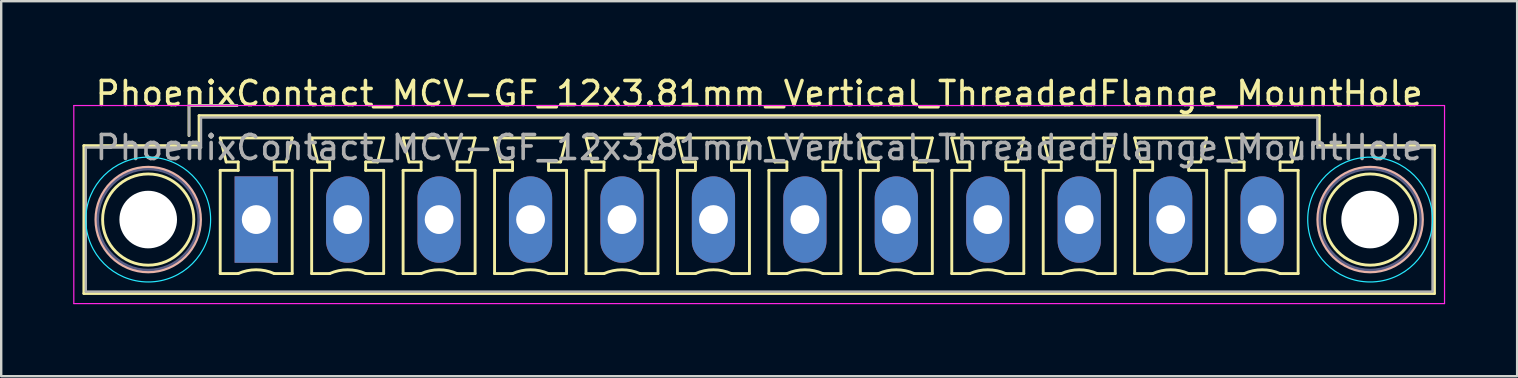
<source format=kicad_pcb>
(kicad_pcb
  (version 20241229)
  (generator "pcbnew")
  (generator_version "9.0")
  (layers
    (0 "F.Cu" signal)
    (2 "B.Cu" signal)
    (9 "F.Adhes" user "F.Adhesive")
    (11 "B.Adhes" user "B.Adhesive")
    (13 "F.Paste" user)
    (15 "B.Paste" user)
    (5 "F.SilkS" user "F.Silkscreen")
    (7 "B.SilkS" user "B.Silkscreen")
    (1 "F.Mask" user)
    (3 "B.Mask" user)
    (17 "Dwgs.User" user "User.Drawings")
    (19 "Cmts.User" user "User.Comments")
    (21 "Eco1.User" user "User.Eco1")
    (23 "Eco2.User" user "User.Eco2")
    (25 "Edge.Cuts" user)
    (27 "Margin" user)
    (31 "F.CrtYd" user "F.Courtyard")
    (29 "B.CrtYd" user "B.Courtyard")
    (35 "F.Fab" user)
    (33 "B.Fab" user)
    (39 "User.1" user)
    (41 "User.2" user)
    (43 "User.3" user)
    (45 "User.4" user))
  (footprint "PhoenixContact_MCV-GF_12x3.81mm_Vertical_ThreadedFlange_MountHole"
    (layer "F.Cu")
    (at 7.625 6.098)
    (property "Reference" "PhoenixContact_MCV-GF_12x3.81mm_Vertical_ThreadedFlange_MountHole" (at 20.955 -5.25 0) (layer "F.SilkS") (effects (font (size 1 1) (thickness 0.15))))
    (attr through_hole)
    (fp_line (start -7.18 -3.08) (end -7.18 3.08) (stroke (width 0.12) (type solid)) (layer "F.SilkS"))
    (fp_line (start -7.18 3.08) (end 49.09 3.08) (stroke (width 0.12) (type solid)) (layer "F.SilkS"))
    (fp_line (start -2.8 -4.75) (end -0.8 -4.75) (stroke (width 0.12) (type solid)) (layer "F.SilkS"))
    (fp_line (start -2.8 -3.5) (end -2.8 -4.75) (stroke (width 0.12) (type solid)) (layer "F.SilkS"))
    (fp_line (start -2.38 -4.33) (end -2.38 -3.08) (stroke (width 0.12) (type solid)) (layer "F.SilkS"))
    (fp_line (start -2.38 -3.08) (end -7.18 -3.08) (stroke (width 0.12) (type solid)) (layer "F.SilkS"))
    (fp_line (start -1.5 -3.4) (end 1.5 -3.4) (stroke (width 0.12) (type solid)) (layer "F.SilkS"))
    (fp_line (start -1.5 -2.05) (end -0.75 -2.05) (stroke (width 0.12) (type solid)) (layer "F.SilkS"))
    (fp_line (start -1.5 2.25) (end -1.5 -2.05) (stroke (width 0.12) (type solid)) (layer "F.SilkS"))
    (fp_line (start -1.25 -2.4) (end -1.5 -3.4) (stroke (width 0.12) (type solid)) (layer "F.SilkS"))
    (fp_line (start -0.75 -2.4) (end -1.25 -2.4) (stroke (width 0.12) (type solid)) (layer "F.SilkS"))
    (fp_line (start -0.75 -2.05) (end -0.75 -2.4) (stroke (width 0.12) (type solid)) (layer "F.SilkS"))
    (fp_line (start -0.75 2.25) (end -1.5 2.25) (stroke (width 0.12) (type solid)) (layer "F.SilkS"))
    (fp_line (start 0.75 -2.4) (end 0.75 -2.05) (stroke (width 0.12) (type solid)) (layer "F.SilkS"))
    (fp_line (start 0.75 -2.05) (end 1.5 -2.05) (stroke (width 0.12) (type solid)) (layer "F.SilkS"))
    (fp_line (start 1.25 -2.4) (end 0.75 -2.4) (stroke (width 0.12) (type solid)) (layer "F.SilkS"))
    (fp_line (start 1.5 -3.4) (end 1.25 -2.4) (stroke (width 0.12) (type solid)) (layer "F.SilkS"))
    (fp_line (start 1.5 -2.05) (end 1.5 2.25) (stroke (width 0.12) (type solid)) (layer "F.SilkS"))
    (fp_line (start 1.5 2.25) (end 0.75 2.25) (stroke (width 0.12) (type solid)) (layer "F.SilkS"))
    (fp_line (start 2.31 -3.4) (end 5.31 -3.4) (stroke (width 0.12) (type solid)) (layer "F.SilkS"))
    (fp_line (start 2.31 -2.05) (end 3.06 -2.05) (stroke (width 0.12) (type solid)) (layer "F.SilkS"))
    (fp_line (start 2.31 2.25) (end 2.31 -2.05) (stroke (width 0.12) (type solid)) (layer "F.SilkS"))
    (fp_line (start 2.56 -2.4) (end 2.31 -3.4) (stroke (width 0.12) (type solid)) (layer "F.SilkS"))
    (fp_line (start 3.06 -2.4) (end 2.56 -2.4) (stroke (width 0.12) (type solid)) (layer "F.SilkS"))
    (fp_line (start 3.06 -2.05) (end 3.06 -2.4) (stroke (width 0.12) (type solid)) (layer "F.SilkS"))
    (fp_line (start 3.06 2.25) (end 2.31 2.25) (stroke (width 0.12) (type solid)) (layer "F.SilkS"))
    (fp_line (start 4.56 -2.4) (end 4.56 -2.05) (stroke (width 0.12) (type solid)) (layer "F.SilkS"))
    (fp_line (start 4.56 -2.05) (end 5.31 -2.05) (stroke (width 0.12) (type solid)) (layer "F.SilkS"))
    (fp_line (start 5.06 -2.4) (end 4.56 -2.4) (stroke (width 0.12) (type solid)) (layer "F.SilkS"))
    (fp_line (start 5.31 -3.4) (end 5.06 -2.4) (stroke (width 0.12) (type solid)) (layer "F.SilkS"))
    (fp_line (start 5.31 -2.05) (end 5.31 2.25) (stroke (width 0.12) (type solid)) (layer "F.SilkS"))
    (fp_line (start 5.31 2.25) (end 4.56 2.25) (stroke (width 0.12) (type solid)) (layer "F.SilkS"))
    (fp_line (start 6.12 -3.4) (end 9.12 -3.4) (stroke (width 0.12) (type solid)) (layer "F.SilkS"))
    (fp_line (start 6.12 -2.05) (end 6.87 -2.05) (stroke (width 0.12) (type solid)) (layer "F.SilkS"))
    (fp_line (start 6.12 2.25) (end 6.12 -2.05) (stroke (width 0.12) (type solid)) (layer "F.SilkS"))
    (fp_line (start 6.37 -2.4) (end 6.12 -3.4) (stroke (width 0.12) (type solid)) (layer "F.SilkS"))
    (fp_line (start 6.87 -2.4) (end 6.37 -2.4) (stroke (width 0.12) (type solid)) (layer "F.SilkS"))
    (fp_line (start 6.87 -2.05) (end 6.87 -2.4) (stroke (width 0.12) (type solid)) (layer "F.SilkS"))
    (fp_line (start 6.87 2.25) (end 6.12 2.25) (stroke (width 0.12) (type solid)) (layer "F.SilkS"))
    (fp_line (start 8.37 -2.4) (end 8.37 -2.05) (stroke (width 0.12) (type solid)) (layer "F.SilkS"))
    (fp_line (start 8.37 -2.05) (end 9.12 -2.05) (stroke (width 0.12) (type solid)) (layer "F.SilkS"))
    (fp_line (start 8.87 -2.4) (end 8.37 -2.4) (stroke (width 0.12) (type solid)) (layer "F.SilkS"))
    (fp_line (start 9.12 -3.4) (end 8.87 -2.4) (stroke (width 0.12) (type solid)) (layer "F.SilkS"))
    (fp_line (start 9.12 -2.05) (end 9.12 2.25) (stroke (width 0.12) (type solid)) (layer "F.SilkS"))
    (fp_line (start 9.12 2.25) (end 8.37 2.25) (stroke (width 0.12) (type solid)) (layer "F.SilkS"))
    (fp_line (start 9.93 -3.4) (end 12.93 -3.4) (stroke (width 0.12) (type solid)) (layer "F.SilkS"))
    (fp_line (start 9.93 -2.05) (end 10.68 -2.05) (stroke (width 0.12) (type solid)) (layer "F.SilkS"))
    (fp_line (start 9.93 2.25) (end 9.93 -2.05) (stroke (width 0.12) (type solid)) (layer "F.SilkS"))
    (fp_line (start 10.18 -2.4) (end 9.93 -3.4) (stroke (width 0.12) (type solid)) (layer "F.SilkS"))
    (fp_line (start 10.68 -2.4) (end 10.18 -2.4) (stroke (width 0.12) (type solid)) (layer "F.SilkS"))
    (fp_line (start 10.68 -2.05) (end 10.68 -2.4) (stroke (width 0.12) (type solid)) (layer "F.SilkS"))
    (fp_line (start 10.68 2.25) (end 9.93 2.25) (stroke (width 0.12) (type solid)) (layer "F.SilkS"))
    (fp_line (start 12.18 -2.4) (end 12.18 -2.05) (stroke (width 0.12) (type solid)) (layer "F.SilkS"))
    (fp_line (start 12.18 -2.05) (end 12.93 -2.05) (stroke (width 0.12) (type solid)) (layer "F.SilkS"))
    (fp_line (start 12.68 -2.4) (end 12.18 -2.4) (stroke (width 0.12) (type solid)) (layer "F.SilkS"))
    (fp_line (start 12.93 -3.4) (end 12.68 -2.4) (stroke (width 0.12) (type solid)) (layer "F.SilkS"))
    (fp_line (start 12.93 -2.05) (end 12.93 2.25) (stroke (width 0.12) (type solid)) (layer "F.SilkS"))
    (fp_line (start 12.93 2.25) (end 12.18 2.25) (stroke (width 0.12) (type solid)) (layer "F.SilkS"))
    (fp_line (start 13.74 -3.4) (end 16.74 -3.4) (stroke (width 0.12) (type solid)) (layer "F.SilkS"))
    (fp_line (start 13.74 -2.05) (end 14.49 -2.05) (stroke (width 0.12) (type solid)) (layer "F.SilkS"))
    (fp_line (start 13.74 2.25) (end 13.74 -2.05) (stroke (width 0.12) (type solid)) (layer "F.SilkS"))
    (fp_line (start 13.99 -2.4) (end 13.74 -3.4) (stroke (width 0.12) (type solid)) (layer "F.SilkS"))
    (fp_line (start 14.49 -2.4) (end 13.99 -2.4) (stroke (width 0.12) (type solid)) (layer "F.SilkS"))
    (fp_line (start 14.49 -2.05) (end 14.49 -2.4) (stroke (width 0.12) (type solid)) (layer "F.SilkS"))
    (fp_line (start 14.49 2.25) (end 13.74 2.25) (stroke (width 0.12) (type solid)) (layer "F.SilkS"))
    (fp_line (start 15.99 -2.4) (end 15.99 -2.05) (stroke (width 0.12) (type solid)) (layer "F.SilkS"))
    (fp_line (start 15.99 -2.05) (end 16.74 -2.05) (stroke (width 0.12) (type solid)) (layer "F.SilkS"))
    (fp_line (start 16.49 -2.4) (end 15.99 -2.4) (stroke (width 0.12) (type solid)) (layer "F.SilkS"))
    (fp_line (start 16.74 -3.4) (end 16.49 -2.4) (stroke (width 0.12) (type solid)) (layer "F.SilkS"))
    (fp_line (start 16.74 -2.05) (end 16.74 2.25) (stroke (width 0.12) (type solid)) (layer "F.SilkS"))
    (fp_line (start 16.74 2.25) (end 15.99 2.25) (stroke (width 0.12) (type solid)) (layer "F.SilkS"))
    (fp_line (start 17.55 -3.4) (end 20.55 -3.4) (stroke (width 0.12) (type solid)) (layer "F.SilkS"))
    (fp_line (start 17.55 -2.05) (end 18.3 -2.05) (stroke (width 0.12) (type solid)) (layer "F.SilkS"))
    (fp_line (start 17.55 2.25) (end 17.55 -2.05) (stroke (width 0.12) (type solid)) (layer "F.SilkS"))
    (fp_line (start 17.8 -2.4) (end 17.55 -3.4) (stroke (width 0.12) (type solid)) (layer "F.SilkS"))
    (fp_line (start 18.3 -2.4) (end 17.8 -2.4) (stroke (width 0.12) (type solid)) (layer "F.SilkS"))
    (fp_line (start 18.3 -2.05) (end 18.3 -2.4) (stroke (width 0.12) (type solid)) (layer "F.SilkS"))
    (fp_line (start 18.3 2.25) (end 17.55 2.25) (stroke (width 0.12) (type solid)) (layer "F.SilkS"))
    (fp_line (start 19.8 -2.4) (end 19.8 -2.05) (stroke (width 0.12) (type solid)) (layer "F.SilkS"))
    (fp_line (start 19.8 -2.05) (end 20.55 -2.05) (stroke (width 0.12) (type solid)) (layer "F.SilkS"))
    (fp_line (start 20.3 -2.4) (end 19.8 -2.4) (stroke (width 0.12) (type solid)) (layer "F.SilkS"))
    (fp_line (start 20.55 -3.4) (end 20.3 -2.4) (stroke (width 0.12) (type solid)) (layer "F.SilkS"))
    (fp_line (start 20.55 -2.05) (end 20.55 2.25) (stroke (width 0.12) (type solid)) (layer "F.SilkS"))
    (fp_line (start 20.55 2.25) (end 19.8 2.25) (stroke (width 0.12) (type solid)) (layer "F.SilkS"))
    (fp_line (start 21.36 -3.4) (end 24.36 -3.4) (stroke (width 0.12) (type solid)) (layer "F.SilkS"))
    (fp_line (start 21.36 -2.05) (end 22.11 -2.05) (stroke (width 0.12) (type solid)) (layer "F.SilkS"))
    (fp_line (start 21.36 2.25) (end 21.36 -2.05) (stroke (width 0.12) (type solid)) (layer "F.SilkS"))
    (fp_line (start 21.61 -2.4) (end 21.36 -3.4) (stroke (width 0.12) (type solid)) (layer "F.SilkS"))
    (fp_line (start 22.11 -2.4) (end 21.61 -2.4) (stroke (width 0.12) (type solid)) (layer "F.SilkS"))
    (fp_line (start 22.11 -2.05) (end 22.11 -2.4) (stroke (width 0.12) (type solid)) (layer "F.SilkS"))
    (fp_line (start 22.11 2.25) (end 21.36 2.25) (stroke (width 0.12) (type solid)) (layer "F.SilkS"))
    (fp_line (start 23.61 -2.4) (end 23.61 -2.05) (stroke (width 0.12) (type solid)) (layer "F.SilkS"))
    (fp_line (start 23.61 -2.05) (end 24.36 -2.05) (stroke (width 0.12) (type solid)) (layer "F.SilkS"))
    (fp_line (start 24.11 -2.4) (end 23.61 -2.4) (stroke (width 0.12) (type solid)) (layer "F.SilkS"))
    (fp_line (start 24.36 -3.4) (end 24.11 -2.4) (stroke (width 0.12) (type solid)) (layer "F.SilkS"))
    (fp_line (start 24.36 -2.05) (end 24.36 2.25) (stroke (width 0.12) (type solid)) (layer "F.SilkS"))
    (fp_line (start 24.36 2.25) (end 23.61 2.25) (stroke (width 0.12) (type solid)) (layer "F.SilkS"))
    (fp_line (start 25.17 -3.4) (end 28.17 -3.4) (stroke (width 0.12) (type solid)) (layer "F.SilkS"))
    (fp_line (start 25.17 -2.05) (end 25.92 -2.05) (stroke (width 0.12) (type solid)) (layer "F.SilkS"))
    (fp_line (start 25.17 2.25) (end 25.17 -2.05) (stroke (width 0.12) (type solid)) (layer "F.SilkS"))
    (fp_line (start 25.42 -2.4) (end 25.17 -3.4) (stroke (width 0.12) (type solid)) (layer "F.SilkS"))
    (fp_line (start 25.92 -2.4) (end 25.42 -2.4) (stroke (width 0.12) (type solid)) (layer "F.SilkS"))
    (fp_line (start 25.92 -2.05) (end 25.92 -2.4) (stroke (width 0.12) (type solid)) (layer "F.SilkS"))
    (fp_line (start 25.92 2.25) (end 25.17 2.25) (stroke (width 0.12) (type solid)) (layer "F.SilkS"))
    (fp_line (start 27.42 -2.4) (end 27.42 -2.05) (stroke (width 0.12) (type solid)) (layer "F.SilkS"))
    (fp_line (start 27.42 -2.05) (end 28.17 -2.05) (stroke (width 0.12) (type solid)) (layer "F.SilkS"))
    (fp_line (start 27.92 -2.4) (end 27.42 -2.4) (stroke (width 0.12) (type solid)) (layer "F.SilkS"))
    (fp_line (start 28.17 -3.4) (end 27.92 -2.4) (stroke (width 0.12) (type solid)) (layer "F.SilkS"))
    (fp_line (start 28.17 -2.05) (end 28.17 2.25) (stroke (width 0.12) (type solid)) (layer "F.SilkS"))
    (fp_line (start 28.17 2.25) (end 27.42 2.25) (stroke (width 0.12) (type solid)) (layer "F.SilkS"))
    (fp_line (start 28.98 -3.4) (end 31.98 -3.4) (stroke (width 0.12) (type solid)) (layer "F.SilkS"))
    (fp_line (start 28.98 -2.05) (end 29.73 -2.05) (stroke (width 0.12) (type solid)) (layer "F.SilkS"))
    (fp_line (start 28.98 2.25) (end 28.98 -2.05) (stroke (width 0.12) (type solid)) (layer "F.SilkS"))
    (fp_line (start 29.23 -2.4) (end 28.98 -3.4) (stroke (width 0.12) (type solid)) (layer "F.SilkS"))
    (fp_line (start 29.73 -2.4) (end 29.23 -2.4) (stroke (width 0.12) (type solid)) (layer "F.SilkS"))
    (fp_line (start 29.73 -2.05) (end 29.73 -2.4) (stroke (width 0.12) (type solid)) (layer "F.SilkS"))
    (fp_line (start 29.73 2.25) (end 28.98 2.25) (stroke (width 0.12) (type solid)) (layer "F.SilkS"))
    (fp_line (start 31.23 -2.4) (end 31.23 -2.05) (stroke (width 0.12) (type solid)) (layer "F.SilkS"))
    (fp_line (start 31.23 -2.05) (end 31.98 -2.05) (stroke (width 0.12) (type solid)) (layer "F.SilkS"))
    (fp_line (start 31.73 -2.4) (end 31.23 -2.4) (stroke (width 0.12) (type solid)) (layer "F.SilkS"))
    (fp_line (start 31.98 -3.4) (end 31.73 -2.4) (stroke (width 0.12) (type solid)) (layer "F.SilkS"))
    (fp_line (start 31.98 -2.05) (end 31.98 2.25) (stroke (width 0.12) (type solid)) (layer "F.SilkS"))
    (fp_line (start 31.98 2.25) (end 31.23 2.25) (stroke (width 0.12) (type solid)) (layer "F.SilkS"))
    (fp_line (start 32.79 -3.4) (end 35.79 -3.4) (stroke (width 0.12) (type solid)) (layer "F.SilkS"))
    (fp_line (start 32.79 -2.05) (end 33.54 -2.05) (stroke (width 0.12) (type solid)) (layer "F.SilkS"))
    (fp_line (start 32.79 2.25) (end 32.79 -2.05) (stroke (width 0.12) (type solid)) (layer "F.SilkS"))
    (fp_line (start 33.04 -2.4) (end 32.79 -3.4) (stroke (width 0.12) (type solid)) (layer "F.SilkS"))
    (fp_line (start 33.54 -2.4) (end 33.04 -2.4) (stroke (width 0.12) (type solid)) (layer "F.SilkS"))
    (fp_line (start 33.54 -2.05) (end 33.54 -2.4) (stroke (width 0.12) (type solid)) (layer "F.SilkS"))
    (fp_line (start 33.54 2.25) (end 32.79 2.25) (stroke (width 0.12) (type solid)) (layer "F.SilkS"))
    (fp_line (start 35.04 -2.4) (end 35.04 -2.05) (stroke (width 0.12) (type solid)) (layer "F.SilkS"))
    (fp_line (start 35.04 -2.05) (end 35.79 -2.05) (stroke (width 0.12) (type solid)) (layer "F.SilkS"))
    (fp_line (start 35.54 -2.4) (end 35.04 -2.4) (stroke (width 0.12) (type solid)) (layer "F.SilkS"))
    (fp_line (start 35.79 -3.4) (end 35.54 -2.4) (stroke (width 0.12) (type solid)) (layer "F.SilkS"))
    (fp_line (start 35.79 -2.05) (end 35.79 2.25) (stroke (width 0.12) (type solid)) (layer "F.SilkS"))
    (fp_line (start 35.79 2.25) (end 35.04 2.25) (stroke (width 0.12) (type solid)) (layer "F.SilkS"))
    (fp_line (start 36.6 -3.4) (end 39.6 -3.4) (stroke (width 0.12) (type solid)) (layer "F.SilkS"))
    (fp_line (start 36.6 -2.05) (end 37.35 -2.05) (stroke (width 0.12) (type solid)) (layer "F.SilkS"))
    (fp_line (start 36.6 2.25) (end 36.6 -2.05) (stroke (width 0.12) (type solid)) (layer "F.SilkS"))
    (fp_line (start 36.85 -2.4) (end 36.6 -3.4) (stroke (width 0.12) (type solid)) (layer "F.SilkS"))
    (fp_line (start 37.35 -2.4) (end 36.85 -2.4) (stroke (width 0.12) (type solid)) (layer "F.SilkS"))
    (fp_line (start 37.35 -2.05) (end 37.35 -2.4) (stroke (width 0.12) (type solid)) (layer "F.SilkS"))
    (fp_line (start 37.35 2.25) (end 36.6 2.25) (stroke (width 0.12) (type solid)) (layer "F.SilkS"))
    (fp_line (start 38.85 -2.4) (end 38.85 -2.05) (stroke (width 0.12) (type solid)) (layer "F.SilkS"))
    (fp_line (start 38.85 -2.05) (end 39.6 -2.05) (stroke (width 0.12) (type solid)) (layer "F.SilkS"))
    (fp_line (start 39.35 -2.4) (end 38.85 -2.4) (stroke (width 0.12) (type solid)) (layer "F.SilkS"))
    (fp_line (start 39.6 -3.4) (end 39.35 -2.4) (stroke (width 0.12) (type solid)) (layer "F.SilkS"))
    (fp_line (start 39.6 -2.05) (end 39.6 2.25) (stroke (width 0.12) (type solid)) (layer "F.SilkS"))
    (fp_line (start 39.6 2.25) (end 38.85 2.25) (stroke (width 0.12) (type solid)) (layer "F.SilkS"))
    (fp_line (start 40.41 -3.4) (end 43.41 -3.4) (stroke (width 0.12) (type solid)) (layer "F.SilkS"))
    (fp_line (start 40.41 -2.05) (end 41.16 -2.05) (stroke (width 0.12) (type solid)) (layer "F.SilkS"))
    (fp_line (start 40.41 2.25) (end 40.41 -2.05) (stroke (width 0.12) (type solid)) (layer "F.SilkS"))
    (fp_line (start 40.66 -2.4) (end 40.41 -3.4) (stroke (width 0.12) (type solid)) (layer "F.SilkS"))
    (fp_line (start 41.16 -2.4) (end 40.66 -2.4) (stroke (width 0.12) (type solid)) (layer "F.SilkS"))
    (fp_line (start 41.16 -2.05) (end 41.16 -2.4) (stroke (width 0.12) (type solid)) (layer "F.SilkS"))
    (fp_line (start 41.16 2.25) (end 40.41 2.25) (stroke (width 0.12) (type solid)) (layer "F.SilkS"))
    (fp_line (start 42.66 -2.4) (end 42.66 -2.05) (stroke (width 0.12) (type solid)) (layer "F.SilkS"))
    (fp_line (start 42.66 -2.05) (end 43.41 -2.05) (stroke (width 0.12) (type solid)) (layer "F.SilkS"))
    (fp_line (start 43.16 -2.4) (end 42.66 -2.4) (stroke (width 0.12) (type solid)) (layer "F.SilkS"))
    (fp_line (start 43.41 -3.4) (end 43.16 -2.4) (stroke (width 0.12) (type solid)) (layer "F.SilkS"))
    (fp_line (start 43.41 -2.05) (end 43.41 2.25) (stroke (width 0.12) (type solid)) (layer "F.SilkS"))
    (fp_line (start 43.41 2.25) (end 42.66 2.25) (stroke (width 0.12) (type solid)) (layer "F.SilkS"))
    (fp_line (start 44.29 -4.33) (end -2.38 -4.33) (stroke (width 0.12) (type solid)) (layer "F.SilkS"))
    (fp_line (start 44.29 -3.08) (end 44.29 -4.33) (stroke (width 0.12) (type solid)) (layer "F.SilkS"))
    (fp_line (start 49.09 -3.08) (end 44.29 -3.08) (stroke (width 0.12) (type solid)) (layer "F.SilkS"))
    (fp_line (start 49.09 3.08) (end 49.09 -3.08) (stroke (width 0.12) (type solid)) (layer "F.SilkS"))
    (fp_arc (start -0.75 2.25) (mid -0.000193 2.09191) (end 0.749647 2.249844) (stroke (width 0.12) (type solid)) (layer "F.SilkS"))
    (fp_arc (start 3.06 2.25) (mid 3.809807 2.09191) (end 4.559647 2.249844) (stroke (width 0.12) (type solid)) (layer "F.SilkS"))
    (fp_arc (start 6.87 2.25) (mid 7.619807 2.09191) (end 8.369647 2.249844) (stroke (width 0.12) (type solid)) (layer "F.SilkS"))
    (fp_arc (start 10.68 2.25) (mid 11.429807 2.09191) (end 12.179647 2.249844) (stroke (width 0.12) (type solid)) (layer "F.SilkS"))
    (fp_arc (start 14.49 2.25) (mid 15.239807 2.09191) (end 15.989647 2.249844) (stroke (width 0.12) (type solid)) (layer "F.SilkS"))
    (fp_arc (start 18.3 2.25) (mid 19.049807 2.09191) (end 19.799647 2.249844) (stroke (width 0.12) (type solid)) (layer "F.SilkS"))
    (fp_arc (start 22.11 2.25) (mid 22.859807 2.09191) (end 23.609647 2.249844) (stroke (width 0.12) (type solid)) (layer "F.SilkS"))
    (fp_arc (start 25.92 2.25) (mid 26.669807 2.09191) (end 27.419647 2.249844) (stroke (width 0.12) (type solid)) (layer "F.SilkS"))
    (fp_arc (start 29.73 2.25) (mid 30.479807 2.09191) (end 31.229647 2.249844) (stroke (width 0.12) (type solid)) (layer "F.SilkS"))
    (fp_arc (start 33.54 2.25) (mid 34.289807 2.09191) (end 35.039647 2.249844) (stroke (width 0.12) (type solid)) (layer "F.SilkS"))
    (fp_arc (start 37.35 2.25) (mid 38.099807 2.09191) (end 38.849647 2.249844) (stroke (width 0.12) (type solid)) (layer "F.SilkS"))
    (fp_arc (start 41.16 2.25) (mid 41.909807 2.09191) (end 42.659647 2.249844) (stroke (width 0.12) (type solid)) (layer "F.SilkS"))
    (fp_circle (center -4.5 0) (end -2.6 0) (stroke (width 0.12) (type solid)) (fill no) (layer "F.SilkS"))
    (fp_circle (center 46.41 0) (end 48.31 0) (stroke (width 0.12) (type solid)) (fill no) (layer "F.SilkS"))
    (fp_circle (center -4.5 0) (end -2.32 0) (stroke (width 0.12) (type solid)) (fill no) (layer "B.SilkS"))
    (fp_circle (center 46.41 0) (end 48.59 0) (stroke (width 0.12) (type solid)) (fill no) (layer "B.SilkS"))
    (fp_circle (center -4.5 0) (end -1.9 0) (stroke (width 0.05) (type solid)) (fill no) (layer "B.CrtYd"))
    (fp_circle (center 46.41 0) (end 49.01 0) (stroke (width 0.05) (type solid)) (fill no) (layer "B.CrtYd"))
    (fp_line (start -7.6 -4.75) (end -7.6 3.5) (stroke (width 0.05) (type solid)) (layer "F.CrtYd"))
    (fp_line (start -7.6 3.5) (end 49.51 3.5) (stroke (width 0.05) (type solid)) (layer "F.CrtYd"))
    (fp_line (start 49.51 -4.75) (end -7.6 -4.75) (stroke (width 0.05) (type solid)) (layer "F.CrtYd"))
    (fp_line (start 49.51 3.5) (end 49.51 -4.75) (stroke (width 0.05) (type solid)) (layer "F.CrtYd"))
    (fp_circle (center -4.5 0) (end -2.4 0) (stroke (width 0.1) (type solid)) (fill no) (layer "B.Fab"))
    (fp_circle (center 46.41 0) (end 48.51 0) (stroke (width 0.1) (type solid)) (fill no) (layer "B.Fab"))
    (fp_line (start -7.1 -3) (end -7.1 3) (stroke (width 0.1) (type solid)) (layer "F.Fab"))
    (fp_line (start -7.1 3) (end 49.01 3) (stroke (width 0.1) (type solid)) (layer "F.Fab"))
    (fp_line (start -2.8 -4.75) (end -0.8 -4.75) (stroke (width 0.1) (type solid)) (layer "F.Fab"))
    (fp_line (start -2.8 -3.5) (end -2.8 -4.75) (stroke (width 0.1) (type solid)) (layer "F.Fab"))
    (fp_line (start -2.3 -4.25) (end -2.3 -3) (stroke (width 0.1) (type solid)) (layer "F.Fab"))
    (fp_line (start -2.3 -3) (end -7.1 -3) (stroke (width 0.1) (type solid)) (layer "F.Fab"))
    (fp_line (start 44.21 -4.25) (end -2.3 -4.25) (stroke (width 0.1) (type solid)) (layer "F.Fab"))
    (fp_line (start 44.21 -3) (end 44.21 -4.25) (stroke (width 0.1) (type solid)) (layer "F.Fab"))
    (fp_line (start 49.01 -3) (end 44.21 -3) (stroke (width 0.1) (type solid)) (layer "F.Fab"))
    (fp_line (start 49.01 3) (end 49.01 -3) (stroke (width 0.1) (type solid)) (layer "F.Fab"))
    (fp_text user "${REFERENCE}" (at 20.955 -3 0) (layer "F.Fab") (effects (font (size 1 1) (thickness 0.15))))
    (pad "" np_thru_hole circle (at -4.5 0) (size 2.4 2.4) (drill 2.4) (layers "*.Cu" "*.Mask"))
    (pad "" np_thru_hole circle (at 46.41 0) (size 2.4 2.4) (drill 2.4) (layers "*.Cu" "*.Mask"))
    (pad "1" thru_hole rect (at 0 0) (size 1.8 3.6) (drill 1.2) (layers "*.Cu" "*.Mask"))
    (pad "2" thru_hole oval (at 3.81 0) (size 1.8 3.6) (drill 1.2) (layers "*.Cu" "*.Mask"))
    (pad "3" thru_hole oval (at 7.62 0) (size 1.8 3.6) (drill 1.2) (layers "*.Cu" "*.Mask"))
    (pad "4" thru_hole oval (at 11.43 0) (size 1.8 3.6) (drill 1.2) (layers "*.Cu" "*.Mask"))
    (pad "5" thru_hole oval (at 15.24 0) (size 1.8 3.6) (drill 1.2) (layers "*.Cu" "*.Mask"))
    (pad "6" thru_hole oval (at 19.05 0) (size 1.8 3.6) (drill 1.2) (layers "*.Cu" "*.Mask"))
    (pad "7" thru_hole oval (at 22.86 0) (size 1.8 3.6) (drill 1.2) (layers "*.Cu" "*.Mask"))
    (pad "8" thru_hole oval (at 26.67 0) (size 1.8 3.6) (drill 1.2) (layers "*.Cu" "*.Mask"))
    (pad "9" thru_hole oval (at 30.48 0) (size 1.8 3.6) (drill 1.2) (layers "*.Cu" "*.Mask"))
    (pad "10" thru_hole oval (at 34.29 0) (size 1.8 3.6) (drill 1.2) (layers "*.Cu" "*.Mask"))
    (pad "11" thru_hole oval (at 38.1 0) (size 1.8 3.6) (drill 1.2) (layers "*.Cu" "*.Mask"))
    (pad "12" thru_hole oval (at 41.91 0) (size 1.8 3.6) (drill 1.2) (layers "*.Cu" "*.Mask")))
  (gr_rect
    (start -3 -3)
    (end 60.16 12.623)
    (stroke (width 0.1) (type default))
    (fill no)
    (layer "Edge.Cuts")))
</source>
